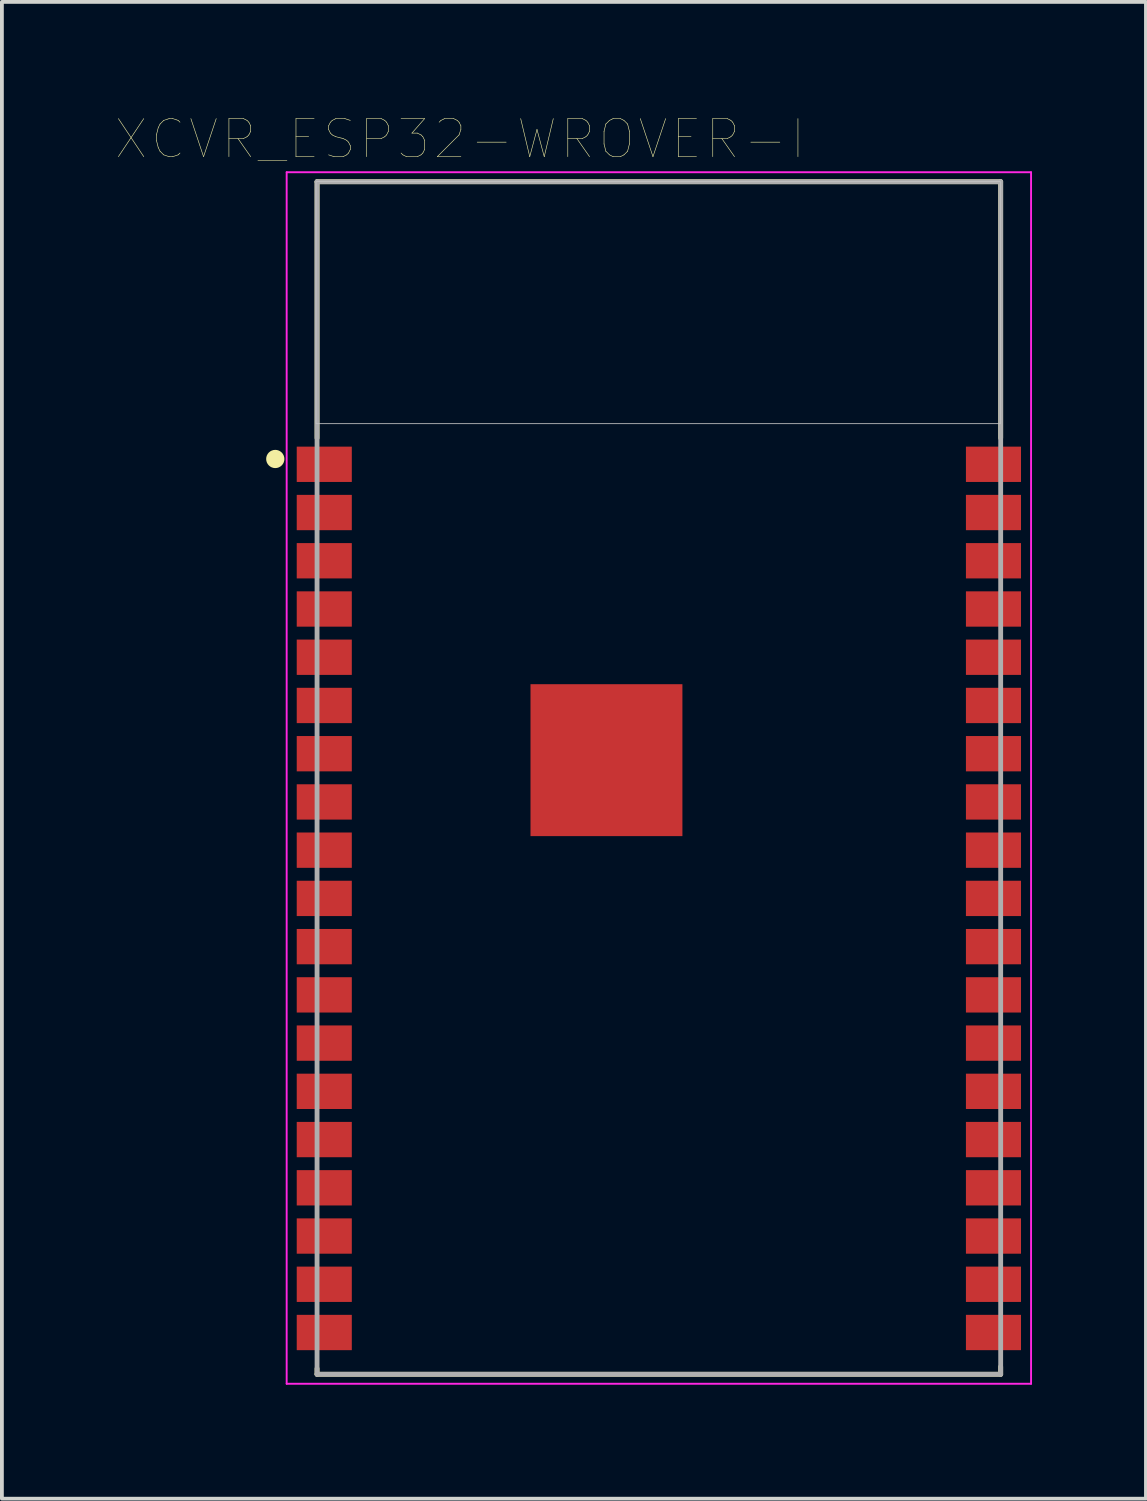
<source format=kicad_pcb>
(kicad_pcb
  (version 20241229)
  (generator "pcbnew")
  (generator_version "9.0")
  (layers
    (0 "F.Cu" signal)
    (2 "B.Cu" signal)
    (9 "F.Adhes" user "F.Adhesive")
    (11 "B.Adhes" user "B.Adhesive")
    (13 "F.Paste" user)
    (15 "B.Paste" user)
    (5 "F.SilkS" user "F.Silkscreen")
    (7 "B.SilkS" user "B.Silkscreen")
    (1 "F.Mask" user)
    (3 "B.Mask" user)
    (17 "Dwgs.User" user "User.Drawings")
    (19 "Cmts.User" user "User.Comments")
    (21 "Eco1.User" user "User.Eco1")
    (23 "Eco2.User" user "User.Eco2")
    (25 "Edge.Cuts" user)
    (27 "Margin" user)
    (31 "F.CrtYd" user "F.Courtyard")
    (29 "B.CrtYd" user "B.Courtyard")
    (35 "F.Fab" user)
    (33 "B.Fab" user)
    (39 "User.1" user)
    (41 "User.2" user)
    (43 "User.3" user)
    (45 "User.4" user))
  (footprint "XCVR_ESP32-WROVER-I"
    (layer "F.Cu")
    (at 14.298 17.435)
    (property "Reference" "XCVR_ESP32-WROVER-I" (at -5.237 -16.823 0) (layer "F.SilkS") (effects (font (size 1.002 1.002) (thickness 0.015))))
    (attr through_hole)
    (fp_line (start -9 -15.7) (end 9 -15.7) (stroke (width 0.127) (type solid)) (layer "F.SilkS"))
    (fp_line (start -9 -8.95) (end -9 -15.7) (stroke (width 0.127) (type solid)) (layer "F.SilkS"))
    (fp_line (start -9 15.55) (end -9 15.7) (stroke (width 0.127) (type solid)) (layer "F.SilkS"))
    (fp_line (start -9 15.7) (end 9 15.7) (stroke (width 0.127) (type solid)) (layer "F.SilkS"))
    (fp_line (start 9 -15.7) (end 9 -8.95) (stroke (width 0.127) (type solid)) (layer "F.SilkS"))
    (fp_line (start 9 15.7) (end 9 15.5) (stroke (width 0.127) (type solid)) (layer "F.SilkS"))
    (fp_circle (center -10.1 -8.4) (end -9.98 -8.4) (stroke (width 0.24) (type solid)) (fill no) (layer "F.SilkS"))
    (fp_poly (pts (xy -2.648 -1.735) (xy -0.115 -1.735) (xy -0.115 0.796) (xy -2.648 0.796)) (stroke (width 0.01) (type solid)) (fill yes) (layer "F.Paste"))
    (fp_poly (pts (xy -9.03 -15.7) (xy 9 -15.7) (xy 9 -9.331) (xy -9.03 -9.331)) (stroke (width 0.01) (type solid)) (fill no) (layer "Dwgs.User"))
    (fp_poly (pts (xy -9.029 -15.7) (xy 9 -15.7) (xy 9 -9.33) (xy -9.029 -9.33)) (stroke (width 0.01) (type solid)) (fill no) (layer "Dwgs.User"))
    (fp_poly (pts (xy -9.023 -15.7) (xy 9 -15.7) (xy 9 -9.324) (xy -9.023 -9.324)) (stroke (width 0.01) (type solid)) (fill no) (layer "Dwgs.User"))
    (fp_line (start -9.8 -15.95) (end 9.8 -15.95) (stroke (width 0.05) (type solid)) (layer "F.CrtYd"))
    (fp_line (start -9.8 15.95) (end -9.8 -15.95) (stroke (width 0.05) (type solid)) (layer "F.CrtYd"))
    (fp_line (start 9.8 -15.95) (end 9.8 15.95) (stroke (width 0.05) (type solid)) (layer "F.CrtYd"))
    (fp_line (start 9.8 15.95) (end -9.8 15.95) (stroke (width 0.05) (type solid)) (layer "F.CrtYd"))
    (fp_line (start -9 -15.7) (end 9 -15.7) (stroke (width 0.127) (type solid)) (layer "F.Fab"))
    (fp_line (start -9 15.7) (end -9 -15.7) (stroke (width 0.127) (type solid)) (layer "F.Fab"))
    (fp_line (start 9 -15.7) (end 9 15.7) (stroke (width 0.127) (type solid)) (layer "F.Fab"))
    (fp_line (start 9 15.7) (end -9 15.7) (stroke (width 0.127) (type solid)) (layer "F.Fab"))
    (pad "1" smd rect (at -8.81 -8.26) (size 1.45 0.93) (layers "F.Cu" "F.Mask" "F.Paste"))
    (pad "2" smd rect (at -8.81 -6.99) (size 1.45 0.93) (layers "F.Cu" "F.Mask" "F.Paste"))
    (pad "3" smd rect (at -8.81 -5.72) (size 1.45 0.93) (layers "F.Cu" "F.Mask" "F.Paste"))
    (pad "4" smd rect (at -8.81 -4.45) (size 1.45 0.93) (layers "F.Cu" "F.Mask" "F.Paste"))
    (pad "5" smd rect (at -8.81 -3.18) (size 1.45 0.93) (layers "F.Cu" "F.Mask" "F.Paste"))
    (pad "6" smd rect (at -8.81 -1.91) (size 1.45 0.93) (layers "F.Cu" "F.Mask" "F.Paste"))
    (pad "7" smd rect (at -8.81 -0.64) (size 1.45 0.93) (layers "F.Cu" "F.Mask" "F.Paste"))
    (pad "8" smd rect (at -8.81 0.63) (size 1.45 0.93) (layers "F.Cu" "F.Mask" "F.Paste"))
    (pad "9" smd rect (at -8.81 1.9) (size 1.45 0.93) (layers "F.Cu" "F.Mask" "F.Paste"))
    (pad "10" smd rect (at -8.81 3.17) (size 1.45 0.93) (layers "F.Cu" "F.Mask" "F.Paste"))
    (pad "11" smd rect (at -8.81 4.44) (size 1.45 0.93) (layers "F.Cu" "F.Mask" "F.Paste"))
    (pad "12" smd rect (at -8.81 5.71) (size 1.45 0.93) (layers "F.Cu" "F.Mask" "F.Paste"))
    (pad "13" smd rect (at -8.81 6.98) (size 1.45 0.93) (layers "F.Cu" "F.Mask" "F.Paste"))
    (pad "14" smd rect (at -8.81 8.25) (size 1.45 0.93) (layers "F.Cu" "F.Mask" "F.Paste"))
    (pad "15" smd rect (at -8.81 9.52) (size 1.45 0.93) (layers "F.Cu" "F.Mask" "F.Paste"))
    (pad "16" smd rect (at -8.81 10.79) (size 1.45 0.93) (layers "F.Cu" "F.Mask" "F.Paste"))
    (pad "17" smd rect (at -8.81 12.06) (size 1.45 0.93) (layers "F.Cu" "F.Mask" "F.Paste"))
    (pad "18" smd rect (at -8.81 13.33) (size 1.45 0.93) (layers "F.Cu" "F.Mask" "F.Paste"))
    (pad "19" smd rect (at -8.81 14.6) (size 1.45 0.93) (layers "F.Cu" "F.Mask" "F.Paste"))
    (pad "20" smd rect (at 8.81 14.6) (size 1.45 0.93) (layers "F.Cu" "F.Mask" "F.Paste"))
    (pad "21" smd rect (at 8.81 13.33) (size 1.45 0.93) (layers "F.Cu" "F.Mask" "F.Paste"))
    (pad "22" smd rect (at 8.81 12.06) (size 1.45 0.93) (layers "F.Cu" "F.Mask" "F.Paste"))
    (pad "23" smd rect (at 8.81 10.79) (size 1.45 0.93) (layers "F.Cu" "F.Mask" "F.Paste"))
    (pad "24" smd rect (at 8.81 9.52) (size 1.45 0.93) (layers "F.Cu" "F.Mask" "F.Paste"))
    (pad "25" smd rect (at 8.81 8.25) (size 1.45 0.93) (layers "F.Cu" "F.Mask" "F.Paste"))
    (pad "26" smd rect (at 8.81 6.98) (size 1.45 0.93) (layers "F.Cu" "F.Mask" "F.Paste"))
    (pad "27" smd rect (at 8.81 5.71) (size 1.45 0.93) (layers "F.Cu" "F.Mask" "F.Paste"))
    (pad "28" smd rect (at 8.81 4.44) (size 1.45 0.93) (layers "F.Cu" "F.Mask" "F.Paste"))
    (pad "29" smd rect (at 8.81 3.17) (size 1.45 0.93) (layers "F.Cu" "F.Mask" "F.Paste"))
    (pad "30" smd rect (at 8.81 1.9) (size 1.45 0.93) (layers "F.Cu" "F.Mask" "F.Paste"))
    (pad "31" smd rect (at 8.81 0.63) (size 1.45 0.93) (layers "F.Cu" "F.Mask" "F.Paste"))
    (pad "32" smd rect (at 8.81 -0.64) (size 1.45 0.93) (layers "F.Cu" "F.Mask" "F.Paste"))
    (pad "33" smd rect (at 8.81 -1.91) (size 1.45 0.93) (layers "F.Cu" "F.Mask" "F.Paste"))
    (pad "34" smd rect (at 8.81 -3.18) (size 1.45 0.93) (layers "F.Cu" "F.Mask" "F.Paste"))
    (pad "35" smd rect (at 8.81 -4.45) (size 1.45 0.93) (layers "F.Cu" "F.Mask" "F.Paste"))
    (pad "36" smd rect (at 8.81 -5.72) (size 1.45 0.93) (layers "F.Cu" "F.Mask" "F.Paste"))
    (pad "37" smd rect (at 8.81 -6.99) (size 1.45 0.93) (layers "F.Cu" "F.Mask" "F.Paste"))
    (pad "38" smd rect (at 8.81 -8.26) (size 1.45 0.93) (layers "F.Cu" "F.Mask" "F.Paste"))
    (pad "39" smd rect (at -1.38 -0.47) (size 4 4) (layers "F.Cu" "F.Mask")))
  (gr_rect
    (start -3 -3)
    (end 27.123 36.41)
    (stroke (width 0.1) (type default))
    (fill no)
    (layer "Edge.Cuts")))
</source>
